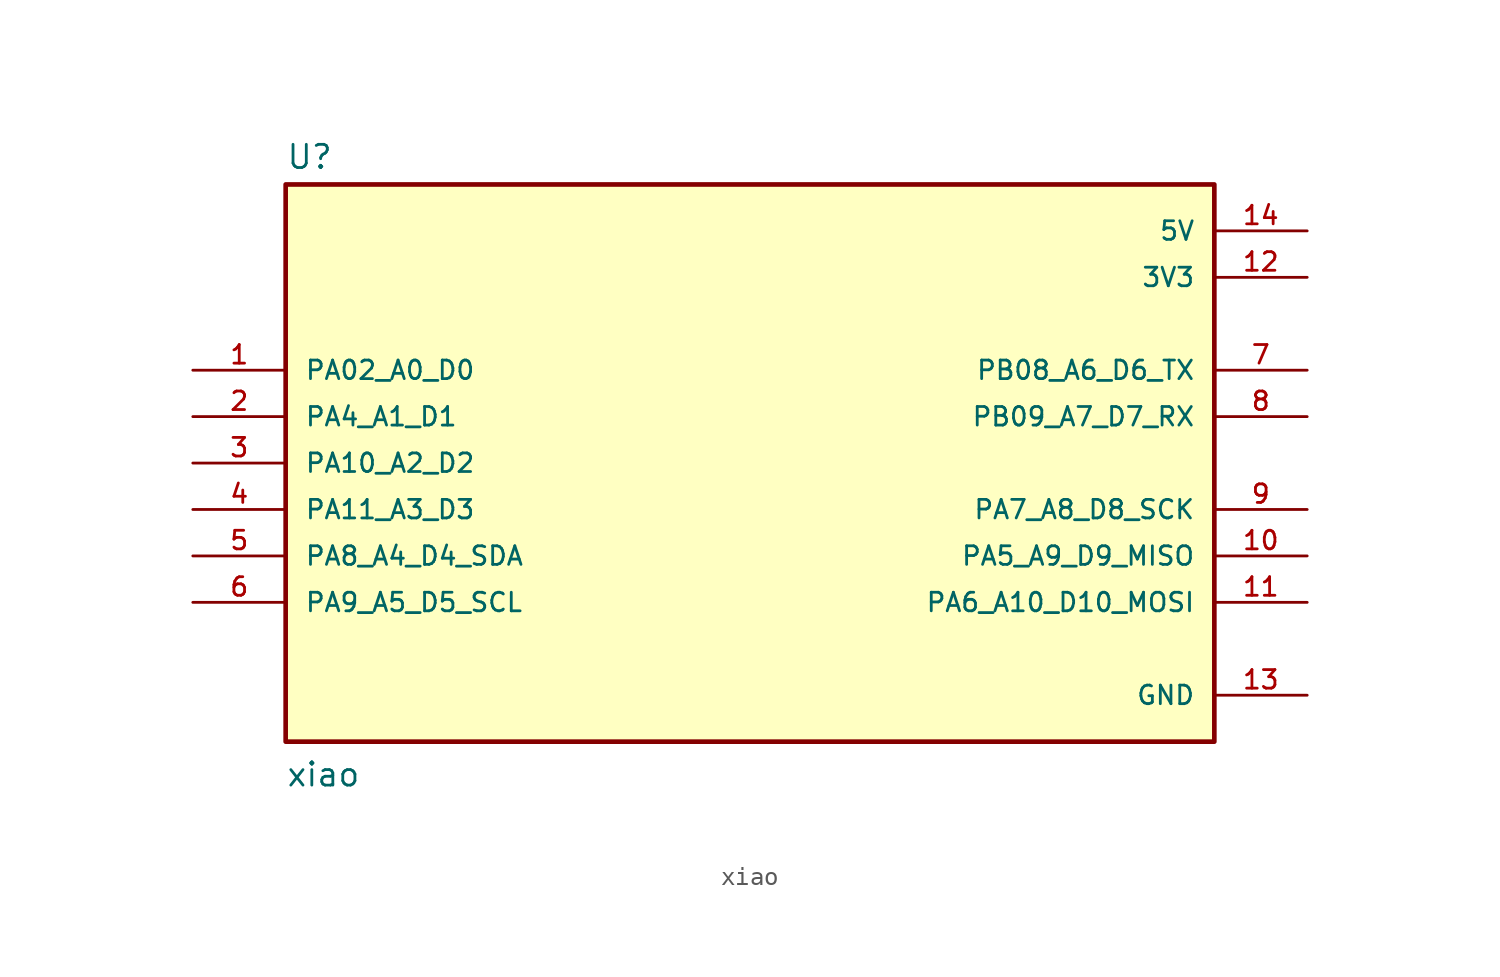
<source format=kicad_sym>
(kicad_symbol_lib
  (version 20220914)
  (generator kicad_symbol_editor)
  (symbol "xiao"
    (pin_names
      (offset 1.016))
    (property "Reference" "U"
      (at -25.4 16.002 0)
      (effects (font (size 1.27 1.27)) (justify left bottom)))
    (property "Value" "xiao"
      (at -25.4 -17.78 0)
      (effects (font (size 1.27 1.27)) (justify left bottom)))
    (symbol "xiao_0_0"
      (rectangle (start -25.4 -15.24) (end 25.4 15.24) (stroke (width 0.254) (type default)) (fill (type background)))
      (pin bidirectional line (at -30.48 5.08 0) (length 5.08) (name "PA02_A0_D0" (effects (font (size 1.016 1.016)))) (number "1" (effects (font (size 1.016 1.016)))))
      (pin bidirectional line (at 30.48 -5.08 180) (length 5.08) (name "PA5_A9_D9_MISO" (effects (font (size 1.016 1.016)))) (number "10" (effects (font (size 1.016 1.016)))))
      (pin bidirectional line (at 30.48 -7.62 180) (length 5.08) (name "PA6_A10_D10_MOSI" (effects (font (size 1.016 1.016)))) (number "11" (effects (font (size 1.016 1.016)))))
      (pin power_in line (at 30.48 10.16 180) (length 5.08) (name "3V3" (effects (font (size 1.016 1.016)))) (number "12" (effects (font (size 1.016 1.016)))))
      (pin power_in line (at 30.48 -12.7 180) (length 5.08) (name "GND" (effects (font (size 1.016 1.016)))) (number "13" (effects (font (size 1.016 1.016)))))
      (pin power_in line (at 30.48 12.7 180) (length 5.08) (name "5V" (effects (font (size 1.016 1.016)))) (number "14" (effects (font (size 1.016 1.016)))))
      (pin bidirectional line (at -30.48 2.54 0) (length 5.08) (name "PA4_A1_D1" (effects (font (size 1.016 1.016)))) (number "2" (effects (font (size 1.016 1.016)))))
      (pin bidirectional line (at -30.48 0 0) (length 5.08) (name "PA10_A2_D2" (effects (font (size 1.016 1.016)))) (number "3" (effects (font (size 1.016 1.016)))))
      (pin bidirectional line (at -30.48 -2.54 0) (length 5.08) (name "PA11_A3_D3" (effects (font (size 1.016 1.016)))) (number "4" (effects (font (size 1.016 1.016)))))
      (pin bidirectional line (at -30.48 -5.08 0) (length 5.08) (name "PA8_A4_D4_SDA" (effects (font (size 1.016 1.016)))) (number "5" (effects (font (size 1.016 1.016)))))
      (pin bidirectional line (at -30.48 -7.62 0) (length 5.08) (name "PA9_A5_D5_SCL" (effects (font (size 1.016 1.016)))) (number "6" (effects (font (size 1.016 1.016)))))
      (pin bidirectional line (at 30.48 5.08 180) (length 5.08) (name "PB08_A6_D6_TX" (effects (font (size 1.016 1.016)))) (number "7" (effects (font (size 1.016 1.016)))))
      (pin bidirectional line (at 30.48 2.54 180) (length 5.08) (name "PB09_A7_D7_RX" (effects (font (size 1.016 1.016)))) (number "8" (effects (font (size 1.016 1.016)))))
      (pin bidirectional line (at 30.48 -2.54 180) (length 5.08) (name "PA7_A8_D8_SCK" (effects (font (size 1.016 1.016)))) (number "9" (effects (font (size 1.016 1.016))))))))
</source>
